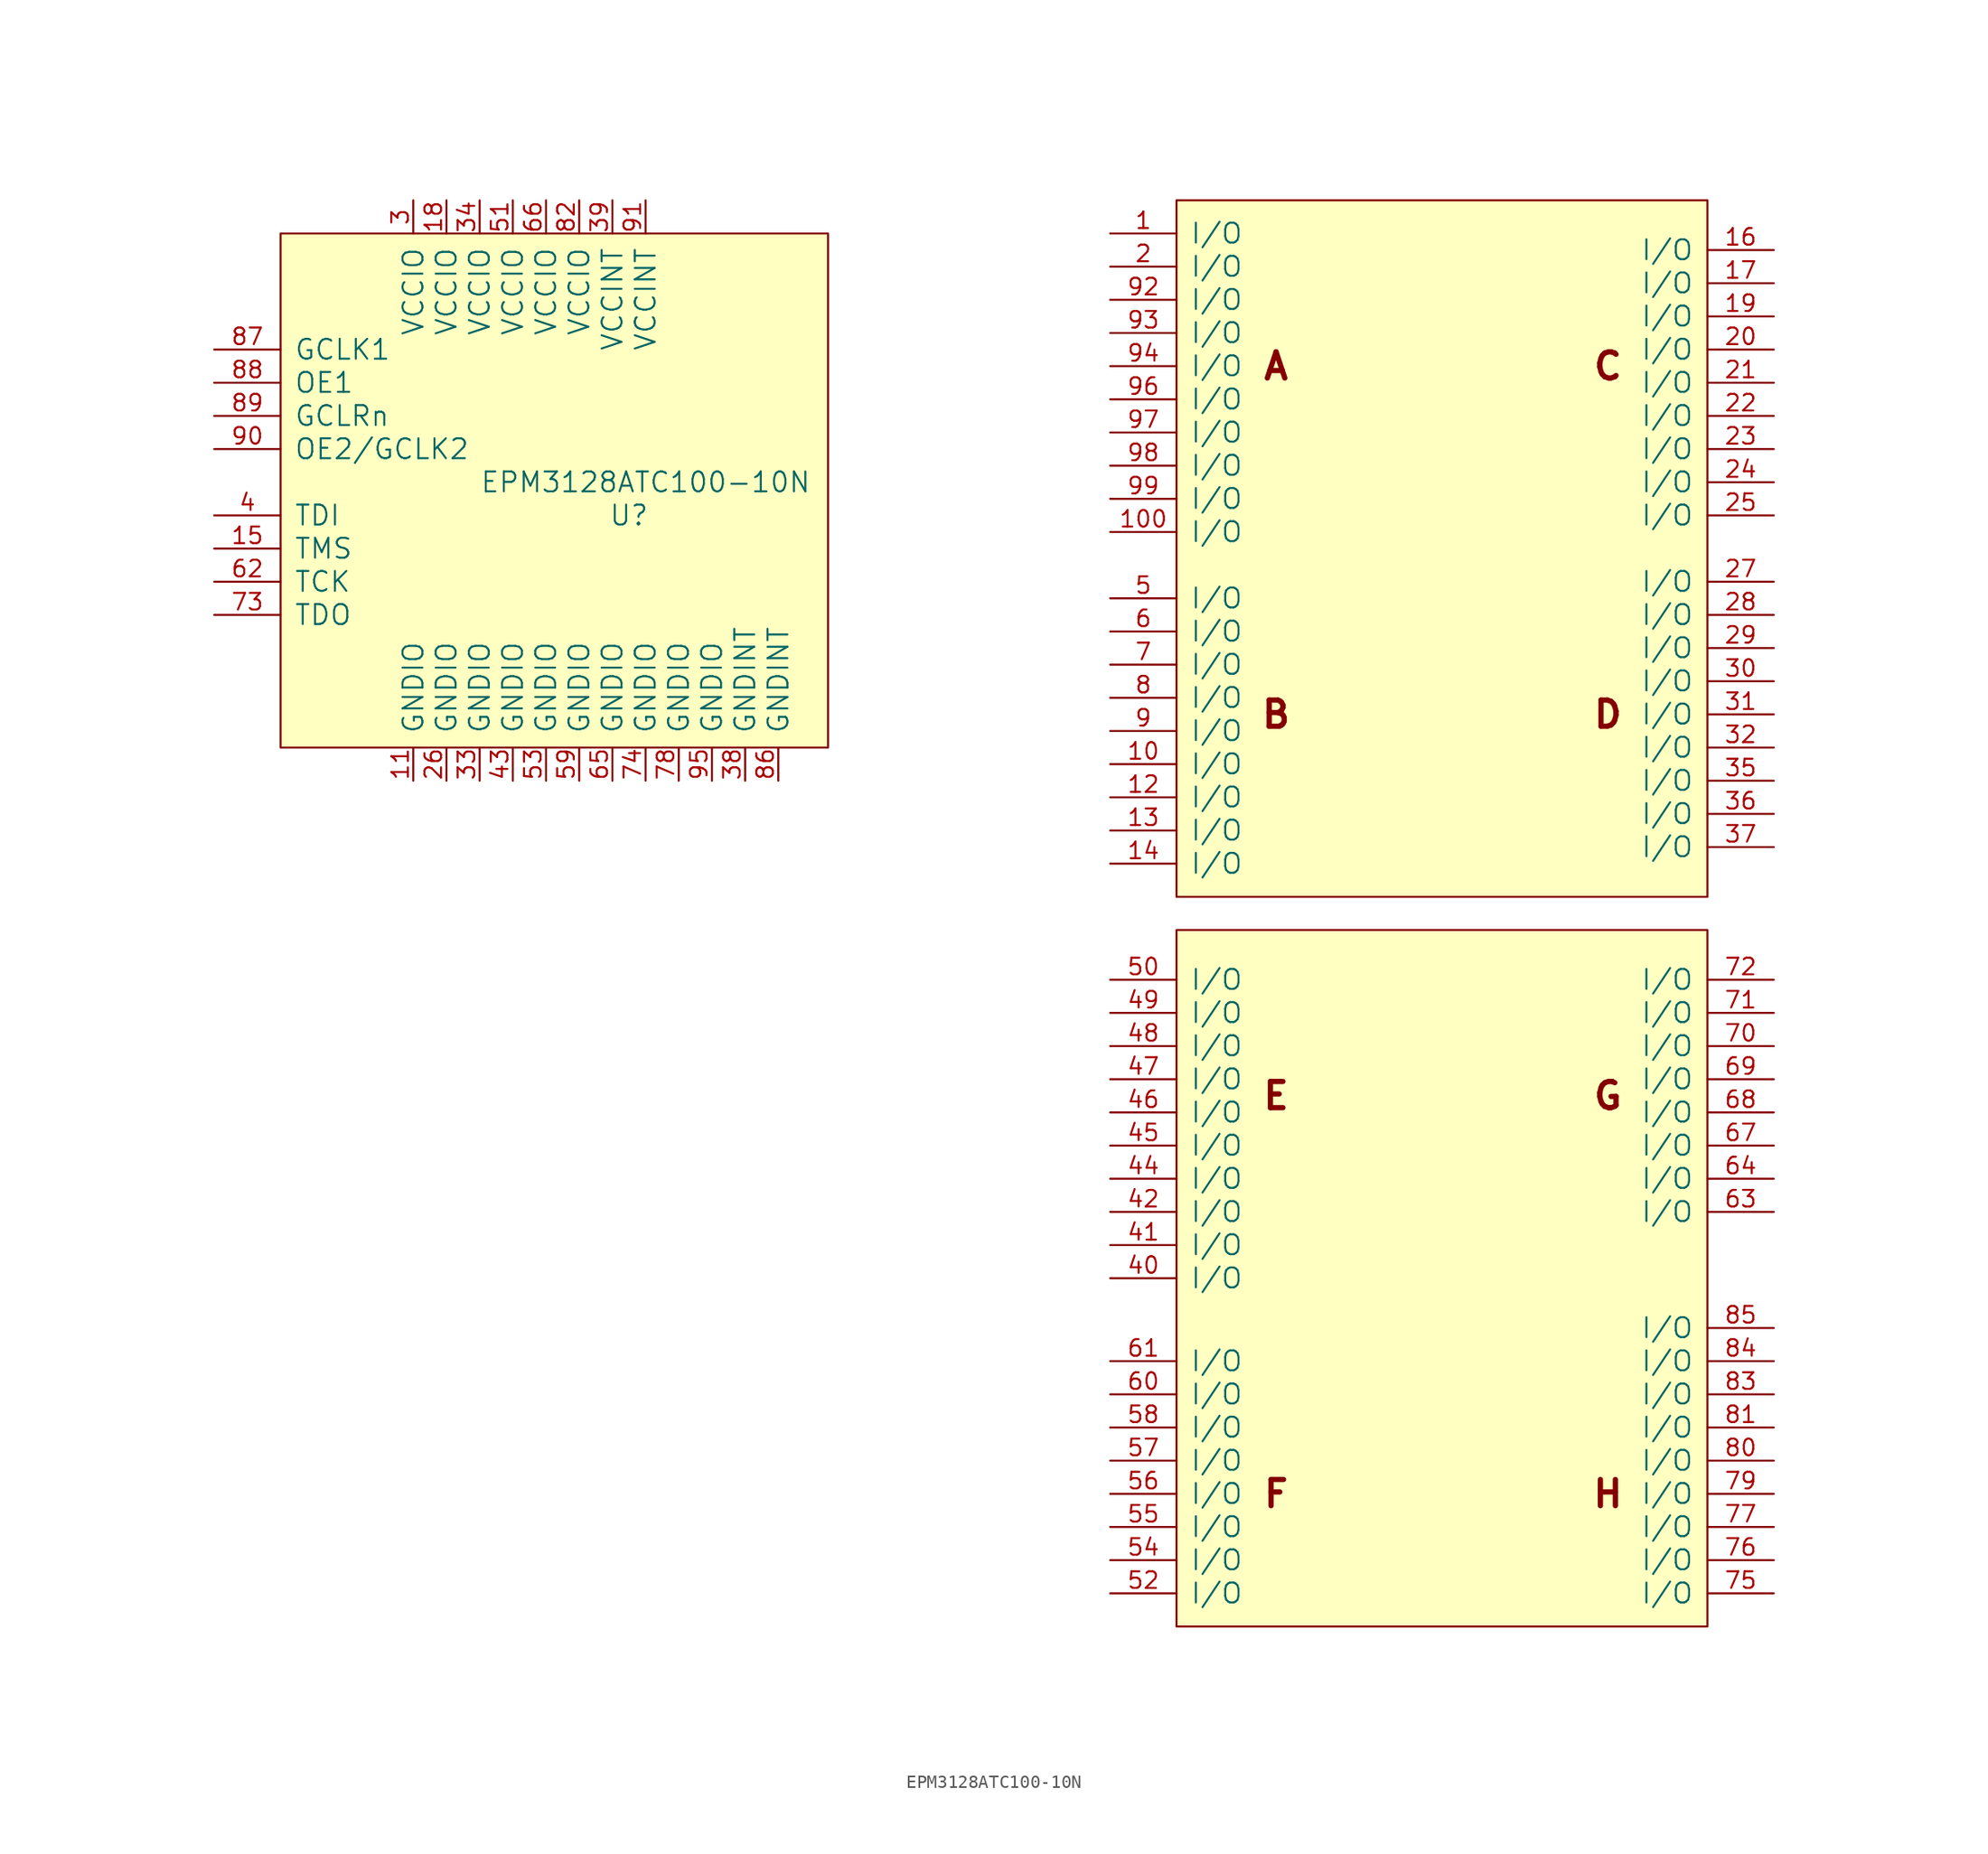
<source format=kicad_sym>
(kicad_symbol_lib
  (version 20211014)
  (generator kicad_symbol_editor)
  (symbol "EPM3128ATC100-10N"
    (pin_names
      (offset 1.016))
    (property "Reference" "U"
      (at 5.08 41.91 0)
      (effects (font (size 1.524 1.524))))
    (property "Value" "EPM3128ATC100-10N"
      (at 6.35 44.45 0)
      (effects (font (size 1.524 1.524))))
    (property "Footprint" ""
      (at -1.27 0 0)
      (effects (font (size 0 0))))
    (property "Datasheet" ""
      (at -1.27 0 0)
      (effects (font (size 0 0))))
    (symbol "EPM3128ATC100-10N_0_0"
      (rectangle (start -21.59 63.5) (end 20.32 24.13) (stroke (width 0) (type default) (color 0 0 0 0)) (fill (type background)))
      (rectangle (start 46.99 10.16) (end 87.63 -43.18) (stroke (width 0) (type default) (color 0 0 0 0)) (fill (type background)))
      (rectangle (start 46.99 66.04) (end 87.63 12.7) (stroke (width 0) (type default) (color 0 0 0 0)) (fill (type background)))
      (text "A" (at 54.61 53.34 0) (effects (font (size 2.007 2.007) bold)))
      (text "B" (at 54.61 26.67 0) (effects (font (size 2.007 2.007) bold)))
      (text "C" (at 80.01 53.34 0) (effects (font (size 2.007 2.007) bold)))
      (text "D" (at 80.01 26.67 0) (effects (font (size 2.007 2.007) bold)))
      (text "E" (at 54.61 -2.54 0) (effects (font (size 2.007 2.007) bold)))
      (text "F" (at 54.61 -33.02 0) (effects (font (size 2.007 2.007) bold)))
      (text "G" (at 80.01 -2.54 0) (effects (font (size 2.007 2.007) bold)))
      (text "H" (at 80.01 -33.02 0) (effects (font (size 2.007 2.007) bold))))
    (symbol "EPM3128ATC100-10N_1_1"
      (pin bidirectional line (at 41.91 63.5 0) (length 5.08) (name "I/O" (effects (font (size 1.524 1.524)))) (number "1" (effects (font (size 1.27 1.27)))))
      (pin bidirectional line (at 41.91 22.86 0) (length 5.08) (name "I/O" (effects (font (size 1.524 1.524)))) (number "10" (effects (font (size 1.27 1.27)))))
      (pin bidirectional line (at 41.91 40.64 0) (length 5.08) (name "I/O" (effects (font (size 1.524 1.524)))) (number "100" (effects (font (size 1.27 1.27)))))
      (pin power_in line (at -11.43 21.59 90) (length 2.54) (name "GNDIO" (effects (font (size 1.524 1.524)))) (number "11" (effects (font (size 1.27 1.27)))))
      (pin bidirectional line (at 41.91 20.32 0) (length 5.08) (name "I/O" (effects (font (size 1.524 1.524)))) (number "12" (effects (font (size 1.27 1.27)))))
      (pin bidirectional line (at 41.91 17.78 0) (length 5.08) (name "I/O" (effects (font (size 1.524 1.524)))) (number "13" (effects (font (size 1.27 1.27)))))
      (pin bidirectional line (at 41.91 15.24 0) (length 5.08) (name "I/O" (effects (font (size 1.524 1.524)))) (number "14" (effects (font (size 1.27 1.27)))))
      (pin input line (at -26.67 39.37 0) (length 5.08) (name "TMS" (effects (font (size 1.524 1.524)))) (number "15" (effects (font (size 1.27 1.27)))))
      (pin bidirectional line (at 92.71 62.23 180) (length 5.08) (name "I/O" (effects (font (size 1.524 1.524)))) (number "16" (effects (font (size 1.27 1.27)))))
      (pin bidirectional line (at 92.71 59.69 180) (length 5.08) (name "I/O" (effects (font (size 1.524 1.524)))) (number "17" (effects (font (size 1.27 1.27)))))
      (pin power_in line (at -8.89 66.04 270) (length 2.54) (name "VCCIO" (effects (font (size 1.524 1.524)))) (number "18" (effects (font (size 1.27 1.27)))))
      (pin bidirectional line (at 92.71 57.15 180) (length 5.08) (name "I/O" (effects (font (size 1.524 1.524)))) (number "19" (effects (font (size 1.27 1.27)))))
      (pin bidirectional line (at 41.91 60.96 0) (length 5.08) (name "I/O" (effects (font (size 1.524 1.524)))) (number "2" (effects (font (size 1.27 1.27)))))
      (pin bidirectional line (at 92.71 54.61 180) (length 5.08) (name "I/O" (effects (font (size 1.524 1.524)))) (number "20" (effects (font (size 1.27 1.27)))))
      (pin bidirectional line (at 92.71 52.07 180) (length 5.08) (name "I/O" (effects (font (size 1.524 1.524)))) (number "21" (effects (font (size 1.27 1.27)))))
      (pin bidirectional line (at 92.71 49.53 180) (length 5.08) (name "I/O" (effects (font (size 1.524 1.524)))) (number "22" (effects (font (size 1.27 1.27)))))
      (pin bidirectional line (at 92.71 46.99 180) (length 5.08) (name "I/O" (effects (font (size 1.524 1.524)))) (number "23" (effects (font (size 1.27 1.27)))))
      (pin bidirectional line (at 92.71 44.45 180) (length 5.08) (name "I/O" (effects (font (size 1.524 1.524)))) (number "24" (effects (font (size 1.27 1.27)))))
      (pin bidirectional line (at 92.71 41.91 180) (length 5.08) (name "I/O" (effects (font (size 1.524 1.524)))) (number "25" (effects (font (size 1.27 1.27)))))
      (pin power_in line (at -8.89 21.59 90) (length 2.54) (name "GNDIO" (effects (font (size 1.524 1.524)))) (number "26" (effects (font (size 1.27 1.27)))))
      (pin bidirectional line (at 92.71 36.83 180) (length 5.08) (name "I/O" (effects (font (size 1.524 1.524)))) (number "27" (effects (font (size 1.27 1.27)))))
      (pin bidirectional line (at 92.71 34.29 180) (length 5.08) (name "I/O" (effects (font (size 1.524 1.524)))) (number "28" (effects (font (size 1.27 1.27)))))
      (pin bidirectional line (at 92.71 31.75 180) (length 5.08) (name "I/O" (effects (font (size 1.524 1.524)))) (number "29" (effects (font (size 1.27 1.27)))))
      (pin power_in line (at -11.43 66.04 270) (length 2.54) (name "VCCIO" (effects (font (size 1.524 1.524)))) (number "3" (effects (font (size 1.27 1.27)))))
      (pin bidirectional line (at 92.71 29.21 180) (length 5.08) (name "I/O" (effects (font (size 1.524 1.524)))) (number "30" (effects (font (size 1.27 1.27)))))
      (pin bidirectional line (at 92.71 26.67 180) (length 5.08) (name "I/O" (effects (font (size 1.524 1.524)))) (number "31" (effects (font (size 1.27 1.27)))))
      (pin bidirectional line (at 92.71 24.13 180) (length 5.08) (name "I/O" (effects (font (size 1.524 1.524)))) (number "32" (effects (font (size 1.27 1.27)))))
      (pin power_in line (at -6.35 21.59 90) (length 2.54) (name "GNDIO" (effects (font (size 1.524 1.524)))) (number "33" (effects (font (size 1.27 1.27)))))
      (pin power_in line (at -6.35 66.04 270) (length 2.54) (name "VCCIO" (effects (font (size 1.524 1.524)))) (number "34" (effects (font (size 1.27 1.27)))))
      (pin bidirectional line (at 92.71 21.59 180) (length 5.08) (name "I/O" (effects (font (size 1.524 1.524)))) (number "35" (effects (font (size 1.27 1.27)))))
      (pin bidirectional line (at 92.71 19.05 180) (length 5.08) (name "I/O" (effects (font (size 1.524 1.524)))) (number "36" (effects (font (size 1.27 1.27)))))
      (pin bidirectional line (at 92.71 16.51 180) (length 5.08) (name "I/O" (effects (font (size 1.524 1.524)))) (number "37" (effects (font (size 1.27 1.27)))))
      (pin power_in line (at 13.97 21.59 90) (length 2.54) (name "GNDINT" (effects (font (size 1.524 1.524)))) (number "38" (effects (font (size 1.27 1.27)))))
      (pin power_in line (at 3.81 66.04 270) (length 2.54) (name "VCCINT" (effects (font (size 1.524 1.524)))) (number "39" (effects (font (size 1.27 1.27)))))
      (pin input line (at -26.67 41.91 0) (length 5.08) (name "TDI" (effects (font (size 1.524 1.524)))) (number "4" (effects (font (size 1.27 1.27)))))
      (pin bidirectional line (at 41.91 -16.51 0) (length 5.08) (name "I/O" (effects (font (size 1.524 1.524)))) (number "40" (effects (font (size 1.27 1.27)))))
      (pin bidirectional line (at 41.91 -13.97 0) (length 5.08) (name "I/O" (effects (font (size 1.524 1.524)))) (number "41" (effects (font (size 1.27 1.27)))))
      (pin bidirectional line (at 41.91 -11.43 0) (length 5.08) (name "I/O" (effects (font (size 1.524 1.524)))) (number "42" (effects (font (size 1.27 1.27)))))
      (pin power_in line (at -3.81 21.59 90) (length 2.54) (name "GNDIO" (effects (font (size 1.524 1.524)))) (number "43" (effects (font (size 1.27 1.27)))))
      (pin bidirectional line (at 41.91 -8.89 0) (length 5.08) (name "I/O" (effects (font (size 1.524 1.524)))) (number "44" (effects (font (size 1.27 1.27)))))
      (pin bidirectional line (at 41.91 -6.35 0) (length 5.08) (name "I/O" (effects (font (size 1.524 1.524)))) (number "45" (effects (font (size 1.27 1.27)))))
      (pin bidirectional line (at 41.91 -3.81 0) (length 5.08) (name "I/O" (effects (font (size 1.524 1.524)))) (number "46" (effects (font (size 1.27 1.27)))))
      (pin bidirectional line (at 41.91 -1.27 0) (length 5.08) (name "I/O" (effects (font (size 1.524 1.524)))) (number "47" (effects (font (size 1.27 1.27)))))
      (pin bidirectional line (at 41.91 1.27 0) (length 5.08) (name "I/O" (effects (font (size 1.524 1.524)))) (number "48" (effects (font (size 1.27 1.27)))))
      (pin bidirectional line (at 41.91 3.81 0) (length 5.08) (name "I/O" (effects (font (size 1.524 1.524)))) (number "49" (effects (font (size 1.27 1.27)))))
      (pin bidirectional line (at 41.91 35.56 0) (length 5.08) (name "I/O" (effects (font (size 1.524 1.524)))) (number "5" (effects (font (size 1.27 1.27)))))
      (pin bidirectional line (at 41.91 6.35 0) (length 5.08) (name "I/O" (effects (font (size 1.524 1.524)))) (number "50" (effects (font (size 1.27 1.27)))))
      (pin power_in line (at -3.81 66.04 270) (length 2.54) (name "VCCIO" (effects (font (size 1.524 1.524)))) (number "51" (effects (font (size 1.27 1.27)))))
      (pin bidirectional line (at 41.91 -40.64 0) (length 5.08) (name "I/O" (effects (font (size 1.524 1.524)))) (number "52" (effects (font (size 1.27 1.27)))))
      (pin power_in line (at -1.27 21.59 90) (length 2.54) (name "GNDIO" (effects (font (size 1.524 1.524)))) (number "53" (effects (font (size 1.27 1.27)))))
      (pin bidirectional line (at 41.91 -38.1 0) (length 5.08) (name "I/O" (effects (font (size 1.524 1.524)))) (number "54" (effects (font (size 1.27 1.27)))))
      (pin bidirectional line (at 41.91 -35.56 0) (length 5.08) (name "I/O" (effects (font (size 1.524 1.524)))) (number "55" (effects (font (size 1.27 1.27)))))
      (pin bidirectional line (at 41.91 -33.02 0) (length 5.08) (name "I/O" (effects (font (size 1.524 1.524)))) (number "56" (effects (font (size 1.27 1.27)))))
      (pin bidirectional line (at 41.91 -30.48 0) (length 5.08) (name "I/O" (effects (font (size 1.524 1.524)))) (number "57" (effects (font (size 1.27 1.27)))))
      (pin bidirectional line (at 41.91 -27.94 0) (length 5.08) (name "I/O" (effects (font (size 1.524 1.524)))) (number "58" (effects (font (size 1.27 1.27)))))
      (pin power_in line (at 1.27 21.59 90) (length 2.54) (name "GNDIO" (effects (font (size 1.524 1.524)))) (number "59" (effects (font (size 1.27 1.27)))))
      (pin bidirectional line (at 41.91 33.02 0) (length 5.08) (name "I/O" (effects (font (size 1.524 1.524)))) (number "6" (effects (font (size 1.27 1.27)))))
      (pin bidirectional line (at 41.91 -25.4 0) (length 5.08) (name "I/O" (effects (font (size 1.524 1.524)))) (number "60" (effects (font (size 1.27 1.27)))))
      (pin bidirectional line (at 41.91 -22.86 0) (length 5.08) (name "I/O" (effects (font (size 1.524 1.524)))) (number "61" (effects (font (size 1.27 1.27)))))
      (pin input line (at -26.67 36.83 0) (length 5.08) (name "TCK" (effects (font (size 1.524 1.524)))) (number "62" (effects (font (size 1.27 1.27)))))
      (pin bidirectional line (at 92.71 -11.43 180) (length 5.08) (name "I/O" (effects (font (size 1.524 1.524)))) (number "63" (effects (font (size 1.27 1.27)))))
      (pin bidirectional line (at 92.71 -8.89 180) (length 5.08) (name "I/O" (effects (font (size 1.524 1.524)))) (number "64" (effects (font (size 1.27 1.27)))))
      (pin power_in line (at 3.81 21.59 90) (length 2.54) (name "GNDIO" (effects (font (size 1.524 1.524)))) (number "65" (effects (font (size 1.27 1.27)))))
      (pin power_in line (at -1.27 66.04 270) (length 2.54) (name "VCCIO" (effects (font (size 1.524 1.524)))) (number "66" (effects (font (size 1.27 1.27)))))
      (pin bidirectional line (at 92.71 -6.35 180) (length 5.08) (name "I/O" (effects (font (size 1.524 1.524)))) (number "67" (effects (font (size 1.27 1.27)))))
      (pin bidirectional line (at 92.71 -3.81 180) (length 5.08) (name "I/O" (effects (font (size 1.524 1.524)))) (number "68" (effects (font (size 1.27 1.27)))))
      (pin bidirectional line (at 92.71 -1.27 180) (length 5.08) (name "I/O" (effects (font (size 1.524 1.524)))) (number "69" (effects (font (size 1.27 1.27)))))
      (pin bidirectional line (at 41.91 30.48 0) (length 5.08) (name "I/O" (effects (font (size 1.524 1.524)))) (number "7" (effects (font (size 1.27 1.27)))))
      (pin bidirectional line (at 92.71 1.27 180) (length 5.08) (name "I/O" (effects (font (size 1.524 1.524)))) (number "70" (effects (font (size 1.27 1.27)))))
      (pin bidirectional line (at 92.71 3.81 180) (length 5.08) (name "I/O" (effects (font (size 1.524 1.524)))) (number "71" (effects (font (size 1.27 1.27)))))
      (pin bidirectional line (at 92.71 6.35 180) (length 5.08) (name "I/O" (effects (font (size 1.524 1.524)))) (number "72" (effects (font (size 1.27 1.27)))))
      (pin output line (at -26.67 34.29 0) (length 5.08) (name "TDO" (effects (font (size 1.524 1.524)))) (number "73" (effects (font (size 1.27 1.27)))))
      (pin power_in line (at 6.35 21.59 90) (length 2.54) (name "GNDIO" (effects (font (size 1.524 1.524)))) (number "74" (effects (font (size 1.27 1.27)))))
      (pin bidirectional line (at 92.71 -40.64 180) (length 5.08) (name "I/O" (effects (font (size 1.524 1.524)))) (number "75" (effects (font (size 1.27 1.27)))))
      (pin bidirectional line (at 92.71 -38.1 180) (length 5.08) (name "I/O" (effects (font (size 1.524 1.524)))) (number "76" (effects (font (size 1.27 1.27)))))
      (pin bidirectional line (at 92.71 -35.56 180) (length 5.08) (name "I/O" (effects (font (size 1.524 1.524)))) (number "77" (effects (font (size 1.27 1.27)))))
      (pin power_in line (at 8.89 21.59 90) (length 2.54) (name "GNDIO" (effects (font (size 1.524 1.524)))) (number "78" (effects (font (size 1.27 1.27)))))
      (pin bidirectional line (at 92.71 -33.02 180) (length 5.08) (name "I/O" (effects (font (size 1.524 1.524)))) (number "79" (effects (font (size 1.27 1.27)))))
      (pin bidirectional line (at 41.91 27.94 0) (length 5.08) (name "I/O" (effects (font (size 1.524 1.524)))) (number "8" (effects (font (size 1.27 1.27)))))
      (pin bidirectional line (at 92.71 -30.48 180) (length 5.08) (name "I/O" (effects (font (size 1.524 1.524)))) (number "80" (effects (font (size 1.27 1.27)))))
      (pin bidirectional line (at 92.71 -27.94 180) (length 5.08) (name "I/O" (effects (font (size 1.524 1.524)))) (number "81" (effects (font (size 1.27 1.27)))))
      (pin power_in line (at 1.27 66.04 270) (length 2.54) (name "VCCIO" (effects (font (size 1.524 1.524)))) (number "82" (effects (font (size 1.27 1.27)))))
      (pin bidirectional line (at 92.71 -25.4 180) (length 5.08) (name "I/O" (effects (font (size 1.524 1.524)))) (number "83" (effects (font (size 1.27 1.27)))))
      (pin bidirectional line (at 92.71 -22.86 180) (length 5.08) (name "I/O" (effects (font (size 1.524 1.524)))) (number "84" (effects (font (size 1.27 1.27)))))
      (pin bidirectional line (at 92.71 -20.32 180) (length 5.08) (name "I/O" (effects (font (size 1.524 1.524)))) (number "85" (effects (font (size 1.27 1.27)))))
      (pin power_in line (at 16.51 21.59 90) (length 2.54) (name "GNDINT" (effects (font (size 1.524 1.524)))) (number "86" (effects (font (size 1.27 1.27)))))
      (pin input line (at -26.67 54.61 0) (length 5.08) (name "GCLK1" (effects (font (size 1.524 1.524)))) (number "87" (effects (font (size 1.27 1.27)))))
      (pin input line (at -26.67 52.07 0) (length 5.08) (name "OE1" (effects (font (size 1.524 1.524)))) (number "88" (effects (font (size 1.27 1.27)))))
      (pin input line (at -26.67 49.53 0) (length 5.08) (name "GCLRn" (effects (font (size 1.524 1.524)))) (number "89" (effects (font (size 1.27 1.27)))))
      (pin bidirectional line (at 41.91 25.4 0) (length 5.08) (name "I/O" (effects (font (size 1.524 1.524)))) (number "9" (effects (font (size 1.27 1.27)))))
      (pin input line (at -26.67 46.99 0) (length 5.08) (name "OE2/GCLK2" (effects (font (size 1.524 1.524)))) (number "90" (effects (font (size 1.27 1.27)))))
      (pin power_in line (at 6.35 66.04 270) (length 2.54) (name "VCCINT" (effects (font (size 1.524 1.524)))) (number "91" (effects (font (size 1.27 1.27)))))
      (pin bidirectional line (at 41.91 58.42 0) (length 5.08) (name "I/O" (effects (font (size 1.524 1.524)))) (number "92" (effects (font (size 1.27 1.27)))))
      (pin bidirectional line (at 41.91 55.88 0) (length 5.08) (name "I/O" (effects (font (size 1.524 1.524)))) (number "93" (effects (font (size 1.27 1.27)))))
      (pin bidirectional line (at 41.91 53.34 0) (length 5.08) (name "I/O" (effects (font (size 1.524 1.524)))) (number "94" (effects (font (size 1.27 1.27)))))
      (pin power_in line (at 11.43 21.59 90) (length 2.54) (name "GNDIO" (effects (font (size 1.524 1.524)))) (number "95" (effects (font (size 1.27 1.27)))))
      (pin bidirectional line (at 41.91 50.8 0) (length 5.08) (name "I/O" (effects (font (size 1.524 1.524)))) (number "96" (effects (font (size 1.27 1.27)))))
      (pin bidirectional line (at 41.91 48.26 0) (length 5.08) (name "I/O" (effects (font (size 1.524 1.524)))) (number "97" (effects (font (size 1.27 1.27)))))
      (pin bidirectional line (at 41.91 45.72 0) (length 5.08) (name "I/O" (effects (font (size 1.524 1.524)))) (number "98" (effects (font (size 1.27 1.27)))))
      (pin bidirectional line (at 41.91 43.18 0) (length 5.08) (name "I/O" (effects (font (size 1.524 1.524)))) (number "99" (effects (font (size 1.27 1.27))))))))
</source>
